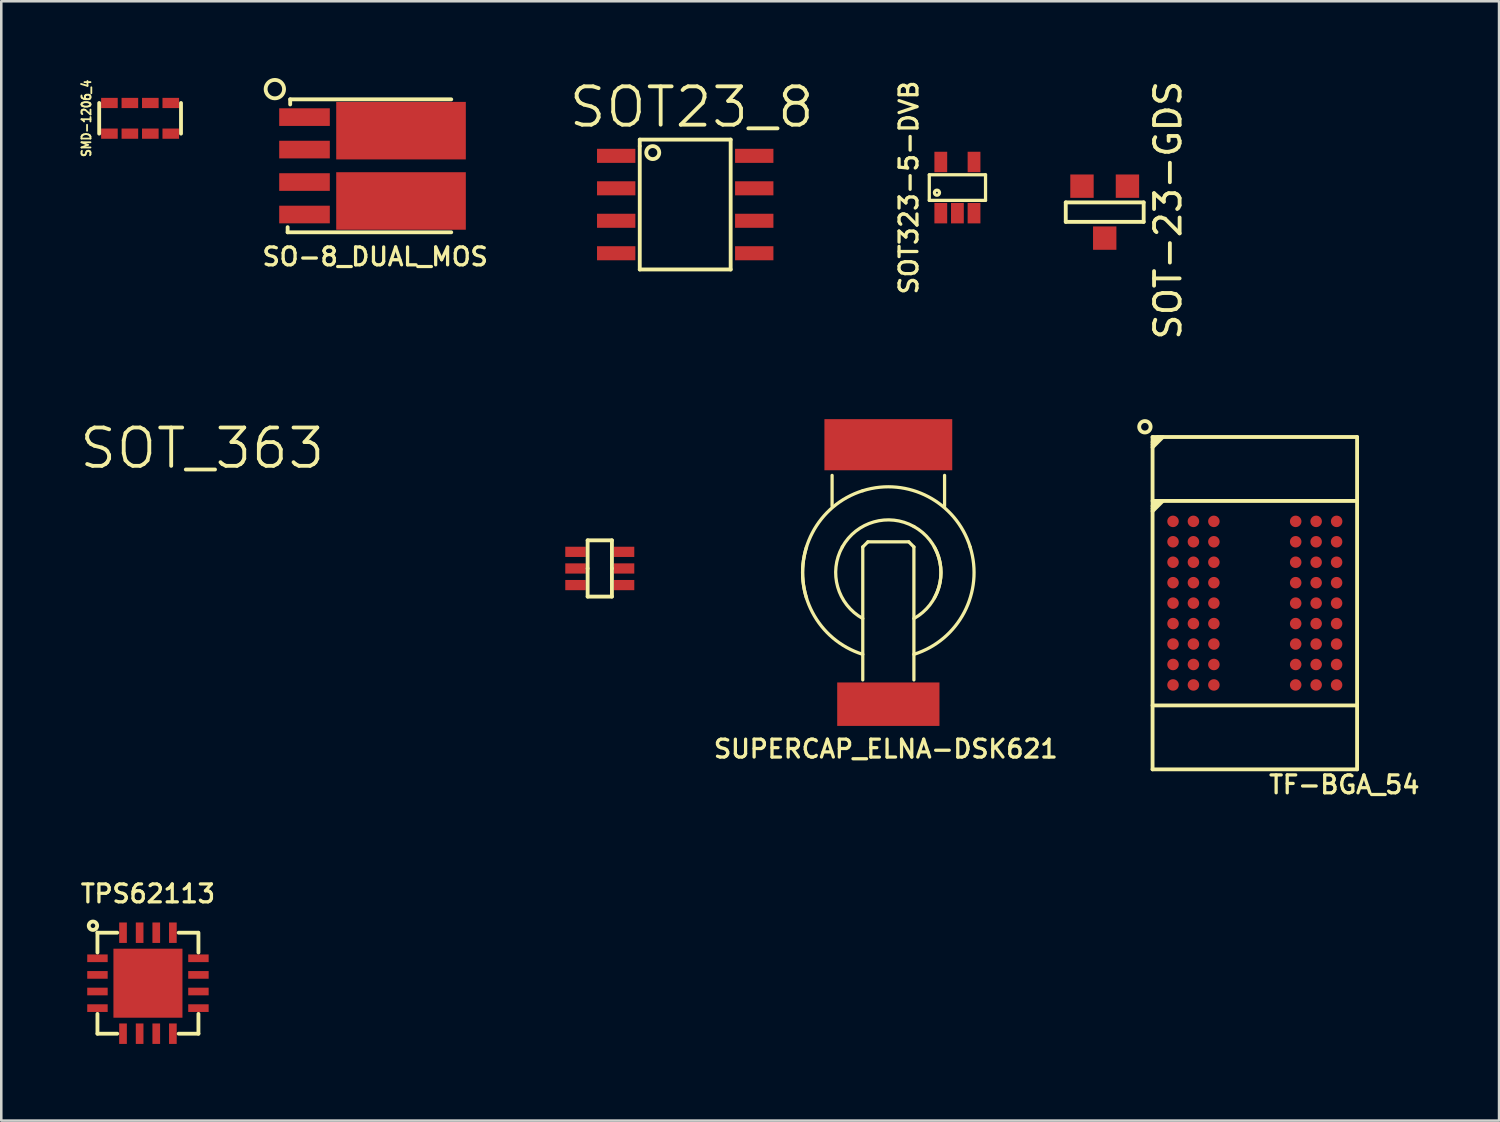
<source format=kicad_pcb>
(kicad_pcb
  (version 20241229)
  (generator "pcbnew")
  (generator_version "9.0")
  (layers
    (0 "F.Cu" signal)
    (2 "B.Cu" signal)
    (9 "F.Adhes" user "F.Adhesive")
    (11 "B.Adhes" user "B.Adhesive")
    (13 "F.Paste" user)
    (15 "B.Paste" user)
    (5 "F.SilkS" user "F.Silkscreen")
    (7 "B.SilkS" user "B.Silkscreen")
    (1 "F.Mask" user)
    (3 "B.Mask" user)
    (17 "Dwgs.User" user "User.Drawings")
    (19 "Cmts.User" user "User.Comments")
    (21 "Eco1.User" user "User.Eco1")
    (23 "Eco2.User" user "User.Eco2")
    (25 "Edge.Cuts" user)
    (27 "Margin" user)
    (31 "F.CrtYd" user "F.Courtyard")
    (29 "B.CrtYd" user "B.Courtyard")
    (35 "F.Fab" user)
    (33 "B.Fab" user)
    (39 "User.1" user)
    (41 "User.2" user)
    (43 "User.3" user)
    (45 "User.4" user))
  (footprint "SOT23_8"
    (layer "F.Cu")
    (at 23.753 4.951)
    (property "Reference" "SOT23_8" (at 0.254 -3.81 0) (layer "F.SilkS") (effects (font (size 1.5 1.5) (thickness 0.15))))
    (attr through_hole)
    (fp_line (start -1.778 -2.54) (end -1.778 -2.286) (stroke (width 0.15) (type solid)) (layer "F.SilkS"))
    (fp_line (start -1.778 -2.286) (end -1.778 2.54) (stroke (width 0.15) (type solid)) (layer "F.SilkS"))
    (fp_line (start -1.778 2.54) (end 1.778 2.54) (stroke (width 0.15) (type solid)) (layer "F.SilkS"))
    (fp_line (start 1.778 -2.54) (end -1.778 -2.54) (stroke (width 0.15) (type solid)) (layer "F.SilkS"))
    (fp_line (start 1.778 2.54) (end 1.778 -2.54) (stroke (width 0.15) (type solid)) (layer "F.SilkS"))
    (fp_circle (center -1.27 -2.032) (end -1.016 -2.032) (stroke (width 0.15) (type solid)) (fill no) (layer "F.SilkS"))
    (pad "1" smd rect (at -2.7 -1.905) (size 1.5 0.55) (layers "F.Cu" "F.Mask" "F.Paste"))
    (pad "2" smd rect (at -2.7 -0.635) (size 1.5 0.55) (layers "F.Cu" "F.Mask" "F.Paste"))
    (pad "3" smd rect (at -2.7 0.635) (size 1.5 0.55) (layers "F.Cu" "F.Mask" "F.Paste"))
    (pad "4" smd rect (at -2.7 1.905) (size 1.5 0.55) (layers "F.Cu" "F.Mask" "F.Paste"))
    (pad "5" smd rect (at 2.7 1.905) (size 1.5 0.55) (layers "F.Cu" "F.Mask" "F.Paste"))
    (pad "6" smd rect (at 2.7 0.635) (size 1.5 0.55) (layers "F.Cu" "F.Mask" "F.Paste"))
    (pad "7" smd rect (at 2.7 -0.635) (size 1.5 0.55) (layers "F.Cu" "F.Mask" "F.Paste"))
    (pad "8" smd rect (at 2.7 -1.905) (size 1.5 0.55) (layers "F.Cu" "F.Mask" "F.Paste")))
  (footprint "SOT323-5-DVB"
    (layer "F.Cu")
    (at 34.4 4.287)
    (property "Reference" "SOT323-5-DVB" (at -1.9 0 270) (layer "F.SilkS") (effects (font (size 0.7 0.7) (thickness 0.127))))
    (attr smd)
    (fp_line (start -1.1 -0.5) (end 1.1 -0.5) (stroke (width 0.127) (type solid)) (layer "F.SilkS"))
    (fp_line (start -1.1 0.5) (end -1.1 -0.5) (stroke (width 0.127) (type solid)) (layer "F.SilkS"))
    (fp_line (start 1.1 -0.5) (end 1.1 0.5) (stroke (width 0.127) (type solid)) (layer "F.SilkS"))
    (fp_line (start 1.1 0.5) (end -1.1 0.5) (stroke (width 0.127) (type solid)) (layer "F.SilkS"))
    (fp_circle (center -0.8 0.2) (end -0.8 0.3) (stroke (width 0.127) (type solid)) (fill no) (layer "F.SilkS"))
    (pad "1" smd rect (at -0.65 1.001) (size 0.5 0.8) (layers "F.Cu" "F.Mask" "F.Paste"))
    (pad "2" smd rect (at 0 1.001) (size 0.5 0.8) (layers "F.Cu" "F.Mask" "F.Paste"))
    (pad "3" smd rect (at 0.65 1.001) (size 0.5 0.8) (layers "F.Cu" "F.Mask" "F.Paste"))
    (pad "4" smd rect (at 0.65 -1.001) (size 0.5 0.8) (layers "F.Cu" "F.Mask" "F.Paste"))
    (pad "5" smd rect (at -0.65 -1.001) (size 0.5 0.8) (layers "F.Cu" "F.Mask" "F.Paste")))
  (footprint "TF-BGA_54"
    (layer "F.Cu")
    (at 46.034 20.544)
    (property "Reference" "TF-BGA_54" (at 3.5 7.1 0) (layer "F.SilkS") (effects (font (size 0.7 0.7) (thickness 0.127))))
    (attr smd)
    (fp_line (start -4 -6.5) (end 4 -6.5) (stroke (width 0.15) (type solid)) (layer "F.SilkS"))
    (fp_line (start -4 -6.2) (end -3.7 -6.5) (stroke (width 0.15) (type solid)) (layer "F.SilkS"))
    (fp_line (start -4 -4) (end 4 -4) (stroke (width 0.15) (type solid)) (layer "F.SilkS"))
    (fp_line (start -4 6.5) (end -4 -6.5) (stroke (width 0.15) (type solid)) (layer "F.SilkS"))
    (fp_line (start -3.8 -6.5) (end -4 -6.3) (stroke (width 0.15) (type solid)) (layer "F.SilkS"))
    (fp_line (start -3.8 -4) (end -4 -3.8) (stroke (width 0.15) (type solid)) (layer "F.SilkS"))
    (fp_line (start -3.7 -4) (end -4 -3.7) (stroke (width 0.15) (type solid)) (layer "F.SilkS"))
    (fp_line (start -3.6 -6.5) (end -4 -6.1) (stroke (width 0.15) (type solid)) (layer "F.SilkS"))
    (fp_line (start -3.6 -4) (end -4 -3.6) (stroke (width 0.15) (type solid)) (layer "F.SilkS"))
    (fp_line (start 4 -6.5) (end 4 6.5) (stroke (width 0.15) (type solid)) (layer "F.SilkS"))
    (fp_line (start 4 4) (end -4 4) (stroke (width 0.15) (type solid)) (layer "F.SilkS"))
    (fp_line (start 4 6.5) (end -4 6.5) (stroke (width 0.15) (type solid)) (layer "F.SilkS"))
    (fp_circle (center -4.3 -6.9) (end -4.2 -6.7) (stroke (width 0.15) (type solid)) (fill no) (layer "F.SilkS"))
    (pad "A1" smd circle (at -3.2 -3.2 180) (size 0.45 0.45) (layers "F.Cu" "F.Mask" "F.Paste"))
    (pad "A2" smd circle (at -2.402 -3.2 180) (size 0.45 0.45) (layers "F.Cu" "F.Mask" "F.Paste"))
    (pad "A3" smd circle (at -1.602 -3.2 180) (size 0.45 0.45) (layers "F.Cu" "F.Mask" "F.Paste"))
    (pad "A7" smd circle (at 1.598 -3.2 180) (size 0.45 0.45) (layers "F.Cu" "F.Mask" "F.Paste"))
    (pad "A8" smd circle (at 2.398 -3.2 180) (size 0.45 0.45) (layers "F.Cu" "F.Mask" "F.Paste"))
    (pad "A9" smd circle (at 3.2 -3.2 180) (size 0.45 0.45) (layers "F.Cu" "F.Mask" "F.Paste"))
    (pad "B1" smd circle (at -3.2 -2.402 90) (size 0.45 0.45) (layers "F.Cu" "F.Mask" "F.Paste"))
    (pad "B2" smd circle (at -2.402 -2.402 180) (size 0.45 0.45) (layers "F.Cu" "F.Mask" "F.Paste"))
    (pad "B3" smd circle (at -1.602 -2.402 180) (size 0.45 0.45) (layers "F.Cu" "F.Mask" "F.Paste"))
    (pad "B7" smd circle (at 1.598 -2.402 180) (size 0.45 0.45) (layers "F.Cu" "F.Mask" "F.Paste"))
    (pad "B8" smd circle (at 2.398 -2.402 180) (size 0.45 0.45) (layers "F.Cu" "F.Mask" "F.Paste"))
    (pad "B9" smd circle (at 3.198 -2.402 270) (size 0.45 0.45) (layers "F.Cu" "F.Mask" "F.Paste"))
    (pad "C1" smd circle (at -3.2 -1.602 90) (size 0.45 0.45) (layers "F.Cu" "F.Mask" "F.Paste"))
    (pad "C2" smd circle (at -2.402 -1.602 90) (size 0.45 0.45) (layers "F.Cu" "F.Mask" "F.Paste"))
    (pad "C3" smd circle (at -1.602 -1.602 180) (size 0.45 0.45) (layers "F.Cu" "F.Mask" "F.Paste"))
    (pad "C7" smd circle (at 1.598 -1.602 180) (size 0.45 0.45) (layers "F.Cu" "F.Mask" "F.Paste"))
    (pad "C8" smd circle (at 2.398 -1.602 270) (size 0.45 0.45) (layers "F.Cu" "F.Mask" "F.Paste"))
    (pad "C9" smd circle (at 3.198 -1.602 270) (size 0.45 0.45) (layers "F.Cu" "F.Mask" "F.Paste"))
    (pad "D1" smd circle (at -3.2 -0.802 90) (size 0.45 0.45) (layers "F.Cu" "F.Mask" "F.Paste"))
    (pad "D2" smd circle (at -2.402 -0.802 90) (size 0.45 0.45) (layers "F.Cu" "F.Mask" "F.Paste"))
    (pad "D3" smd circle (at -1.602 -0.802 90) (size 0.45 0.45) (layers "F.Cu" "F.Mask" "F.Paste"))
    (pad "D7" smd circle (at 1.598 -0.802 270) (size 0.45 0.45) (layers "F.Cu" "F.Mask" "F.Paste"))
    (pad "D8" smd circle (at 2.398 -0.802 270) (size 0.45 0.45) (layers "F.Cu" "F.Mask" "F.Paste"))
    (pad "D9" smd circle (at 3.198 -0.802 270) (size 0.45 0.45) (layers "F.Cu" "F.Mask" "F.Paste"))
    (pad "E1" smd circle (at -3.2 -0.002 90) (size 0.45 0.45) (layers "F.Cu" "F.Mask" "F.Paste"))
    (pad "E2" smd circle (at -2.402 -0.002 90) (size 0.45 0.45) (layers "F.Cu" "F.Mask" "F.Paste"))
    (pad "E3" smd circle (at -1.602 -0.002 90) (size 0.45 0.45) (layers "F.Cu" "F.Mask" "F.Paste"))
    (pad "E7" smd circle (at 1.598 -0.002 270) (size 0.45 0.45) (layers "F.Cu" "F.Mask" "F.Paste"))
    (pad "E8" smd circle (at 2.398 -0.002 270) (size 0.45 0.45) (layers "F.Cu" "F.Mask" "F.Paste"))
    (pad "E9" smd circle (at 3.198 -0.002 270) (size 0.45 0.45) (layers "F.Cu" "F.Mask" "F.Paste"))
    (pad "F1" smd circle (at -3.2 0.798 90) (size 0.45 0.45) (layers "F.Cu" "F.Mask" "F.Paste"))
    (pad "F2" smd circle (at -2.402 0.798 90) (size 0.45 0.45) (layers "F.Cu" "F.Mask" "F.Paste"))
    (pad "F3" smd circle (at -1.602 0.798 90) (size 0.45 0.45) (layers "F.Cu" "F.Mask" "F.Paste"))
    (pad "F7" smd circle (at 1.598 0.798 270) (size 0.45 0.45) (layers "F.Cu" "F.Mask" "F.Paste"))
    (pad "F8" smd circle (at 2.398 0.798 270) (size 0.45 0.45) (layers "F.Cu" "F.Mask" "F.Paste"))
    (pad "F9" smd circle (at 3.198 0.798 270) (size 0.45 0.45) (layers "F.Cu" "F.Mask" "F.Paste"))
    (pad "G1" smd circle (at -3.2 1.598 90) (size 0.45 0.45) (layers "F.Cu" "F.Mask" "F.Paste"))
    (pad "G2" smd circle (at -2.402 1.598 90) (size 0.45 0.45) (layers "F.Cu" "F.Mask" "F.Paste"))
    (pad "G3" smd circle (at -1.602 1.598 90) (size 0.45 0.45) (layers "F.Cu" "F.Mask" "F.Paste"))
    (pad "G7" smd circle (at 1.598 1.598 180) (size 0.45 0.45) (layers "F.Cu" "F.Mask" "F.Paste"))
    (pad "G8" smd circle (at 2.398 1.598 270) (size 0.45 0.45) (layers "F.Cu" "F.Mask" "F.Paste"))
    (pad "G9" smd circle (at 3.198 1.598 270) (size 0.45 0.45) (layers "F.Cu" "F.Mask" "F.Paste"))
    (pad "H1" smd circle (at -3.2 2.398 90) (size 0.45 0.45) (layers "F.Cu" "F.Mask" "F.Paste"))
    (pad "H2" smd circle (at -2.402 2.398 90) (size 0.45 0.45) (layers "F.Cu" "F.Mask" "F.Paste"))
    (pad "H3" smd circle (at -1.602 2.398) (size 0.45 0.45) (layers "F.Cu" "F.Mask" "F.Paste"))
    (pad "H7" smd circle (at 1.598 2.398) (size 0.45 0.45) (layers "F.Cu" "F.Mask" "F.Paste"))
    (pad "H8" smd circle (at 2.398 2.398 180) (size 0.45 0.45) (layers "F.Cu" "F.Mask" "F.Paste"))
    (pad "H9" smd circle (at 3.198 2.398 270) (size 0.45 0.45) (layers "F.Cu" "F.Mask" "F.Paste"))
    (pad "J1" smd circle (at -3.2 3.198 90) (size 0.45 0.45) (layers "F.Cu" "F.Mask" "F.Paste"))
    (pad "J2" smd circle (at -2.402 3.198) (size 0.45 0.45) (layers "F.Cu" "F.Mask" "F.Paste"))
    (pad "J3" smd circle (at -1.602 3.198) (size 0.45 0.45) (layers "F.Cu" "F.Mask" "F.Paste"))
    (pad "J7" smd circle (at 1.598 3.198) (size 0.45 0.45) (layers "F.Cu" "F.Mask" "F.Paste"))
    (pad "J8" smd circle (at 2.398 3.198) (size 0.45 0.45) (layers "F.Cu" "F.Mask" "F.Paste"))
    (pad "J9" smd circle (at 3.198 3.198 180) (size 0.45 0.45) (layers "F.Cu" "F.Mask" "F.Paste")))
  (footprint "SUPERCAP_ELNA-DSK621"
    (layer "F.Cu")
    (at 31.698 19.345)
    (property "Reference" "SUPERCAP_ELNA-DSK621" (at -0.1 6.9 0) (layer "F.SilkS") (effects (font (size 0.7 0.7) (thickness 0.127))))
    (attr smd)
    (fp_line (start -2.2 -3.8) (end -2.2 -2.6) (stroke (width 0.127) (type solid)) (layer "F.SilkS"))
    (fp_line (start -1 -1) (end -1 4.2) (stroke (width 0.127) (type solid)) (layer "F.SilkS"))
    (fp_line (start -0.8 -1.2) (end -1 -1) (stroke (width 0.127) (type solid)) (layer "F.SilkS"))
    (fp_line (start 0.8 -1.2) (end -0.8 -1.2) (stroke (width 0.127) (type solid)) (layer "F.SilkS"))
    (fp_line (start 1 -1) (end 0.8 -1.2) (stroke (width 0.127) (type solid)) (layer "F.SilkS"))
    (fp_line (start 1 4.2) (end 1 -1) (stroke (width 0.127) (type solid)) (layer "F.SilkS"))
    (fp_line (start 2.2 -3.8) (end 2.2 -2.6) (stroke (width 0.127) (type solid)) (layer "F.SilkS"))
    (fp_arc (start -3.2 1) (mid -2.969848 -1.555635) (end -1 -3.2) (stroke (width 0.127) (type solid)) (layer "F.SilkS"))
    (fp_arc (start -1.8 -1) (mid -0.565685 -1.979899) (end 1 -1.8) (stroke (width 0.127) (type solid)) (layer "F.SilkS"))
    (fp_arc (start -1 -3.2) (mid 1.555635 -2.969848) (end 3.2 -1) (stroke (width 0.127) (type solid)) (layer "F.SilkS"))
    (fp_arc (start -1 1.8) (mid -1.979899 0.565685) (end -1.8 -1) (stroke (width 0.127) (type solid)) (layer "F.SilkS"))
    (fp_arc (start -1 3.2) (mid -2.969848 1.555635) (end -3.2 -1) (stroke (width 0.127) (type solid)) (layer "F.SilkS"))
    (fp_arc (start 1 -1.8) (mid 1.979899 -0.565685) (end 1.8 1) (stroke (width 0.127) (type solid)) (layer "F.SilkS"))
    (fp_arc (start 1.8 -1) (mid 1.979899 0.565685) (end 1 1.8) (stroke (width 0.127) (type solid)) (layer "F.SilkS"))
    (fp_arc (start 3.2 -1) (mid 2.969848 1.555635) (end 1 3.2) (stroke (width 0.127) (type solid)) (layer "F.SilkS"))
    (pad "1" smd rect (at 0 -5) (size 5 2) (layers "F.Cu" "F.Mask" "F.Paste"))
    (pad "2" smd rect (at 0 5.15) (size 4 1.7) (layers "F.Cu" "F.Mask" "F.Paste")))
  (footprint "SOT_363"
    (layer "F.Cu")
    (at 20.411 19.186)
    (property "Reference" "SOT_363" (at -15.55 -4.7 0) (layer "F.SilkS") (effects (font (size 1.5 1.5) (thickness 0.15))))
    (attr through_hole)
    (fp_line (start -0.475 -1.1) (end 0.475 -1.1) (stroke (width 0.15) (type solid)) (layer "F.SilkS"))
    (fp_line (start -0.475 0) (end -0.475 -1.1) (stroke (width 0.15) (type solid)) (layer "F.SilkS"))
    (fp_line (start -0.475 0) (end -0.475 1.1) (stroke (width 0.15) (type solid)) (layer "F.SilkS"))
    (fp_line (start -0.475 1.1) (end 0.475 1.1) (stroke (width 0.15) (type solid)) (layer "F.SilkS"))
    (fp_line (start 0.475 0) (end 0.475 -1.1) (stroke (width 0.15) (type solid)) (layer "F.SilkS"))
    (fp_line (start 0.475 0) (end 0.475 1.1) (stroke (width 0.15) (type solid)) (layer "F.SilkS"))
    (pad "1" smd rect (at -0.95 -0.65) (size 0.8 0.4) (layers "F.Cu" "F.Mask" "F.Paste"))
    (pad "2" smd rect (at -0.95 0) (size 0.8 0.4) (layers "F.Cu" "F.Mask" "F.Paste"))
    (pad "3" smd rect (at -0.95 0.65) (size 0.8 0.4) (layers "F.Cu" "F.Mask" "F.Paste"))
    (pad "4" smd rect (at 0.95 0.65) (size 0.8 0.4) (layers "F.Cu" "F.Mask" "F.Paste"))
    (pad "5" smd rect (at 0.95 0) (size 0.8 0.4) (layers "F.Cu" "F.Mask" "F.Paste"))
    (pad "6" smd rect (at 0.95 -0.65) (size 0.8 0.4) (layers "F.Cu" "F.Mask" "F.Paste")))
  (footprint "SO-8_DUAL_MOS"
    (layer "F.Cu")
    (at 11.521 3.436)
    (property "Reference" "SO-8_DUAL_MOS" (at 0.104 3.556 0) (layer "F.SilkS") (effects (font (size 0.7 0.7) (thickness 0.127))))
    (attr through_hole)
    (fp_line (start -3.32 2.6) (end -3.32 2.4) (stroke (width 0.15) (type solid)) (layer "F.SilkS"))
    (fp_line (start -3.22 -2.6) (end 3.08 -2.6) (stroke (width 0.15) (type solid)) (layer "F.SilkS"))
    (fp_line (start -3.22 -2.4) (end -3.22 -2.6) (stroke (width 0.15) (type solid)) (layer "F.SilkS"))
    (fp_line (start 3.08 2.6) (end -3.32 2.6) (stroke (width 0.15) (type solid)) (layer "F.SilkS"))
    (fp_circle (center -3.82 -3) (end -4.02 -3.3) (stroke (width 0.15) (type solid)) (fill no) (layer "F.SilkS"))
    (pad "1" smd rect (at -2.66 -1.905) (size 1.98 0.69) (layers "F.Cu" "F.Mask" "F.Paste"))
    (pad "2" smd rect (at -2.66 -0.635) (size 1.98 0.69) (layers "F.Cu" "F.Mask" "F.Paste"))
    (pad "3" smd rect (at -2.66 0.635) (size 1.98 0.69) (layers "F.Cu" "F.Mask" "F.Paste"))
    (pad "4" smd rect (at -2.66 1.905) (size 1.98 0.69) (layers "F.Cu" "F.Mask" "F.Paste"))
    (pad "5" smd rect (at 2.58 1.905) (size 1.98 0.69) (layers "F.Cu" "F.Mask" "F.Paste"))
    (pad "6" smd rect (at 1.115 1.375) (size 5.07 2.25) (layers "F.Cu" "F.Mask" "F.Paste"))
    (pad "6" smd rect (at 2.58 0.634) (size 1.98 0.69) (layers "F.Cu" "F.Mask" "F.Paste"))
    (pad "7" smd rect (at 2.58 -0.635) (size 1.98 0.69) (layers "F.Cu" "F.Mask" "F.Paste"))
    (pad "8" smd rect (at 1.115 -1.375) (size 5.07 2.25) (layers "F.Cu" "F.Mask" "F.Paste"))
    (pad "8" smd rect (at 2.58 -1.905) (size 1.98 0.69) (layers "F.Cu" "F.Mask" "F.Paste")))
  (footprint "SMD-1206_4"
    (layer "F.Cu")
    (at 2.43 1.578)
    (property "Reference" "SMD-1206_4" (at -2.1 0 90) (layer "F.SilkS") (effects (font (size 0.351 0.305) (thickness 0.071))))
    (attr smd)
    (fp_line (start -1.6 -0.6) (end -1.6 0.6) (stroke (width 0.15) (type solid)) (layer "F.SilkS"))
    (fp_line (start 1.6 -0.6) (end 1.6 0.6) (stroke (width 0.15) (type solid)) (layer "F.SilkS"))
    (pad "1" smd rect (at -1.2 0.6) (size 0.65 0.4) (layers "F.Cu" "F.Mask" "F.Paste"))
    (pad "2" smd rect (at -0.4 0.6) (size 0.65 0.4) (layers "F.Cu" "F.Mask" "F.Paste"))
    (pad "3" smd rect (at 0.4 0.6) (size 0.65 0.4) (layers "F.Cu" "F.Mask" "F.Paste"))
    (pad "4" smd rect (at 1.2 0.6) (size 0.65 0.4) (layers "F.Cu" "F.Mask" "F.Paste"))
    (pad "5" smd rect (at 1.2 -0.6) (size 0.65 0.4) (layers "F.Cu" "F.Mask" "F.Paste"))
    (pad "6" smd rect (at 0.4 -0.6) (size 0.65 0.4) (layers "F.Cu" "F.Mask" "F.Paste"))
    (pad "7" smd rect (at -0.4 -0.6) (size 0.65 0.4) (layers "F.Cu" "F.Mask" "F.Paste"))
    (pad "8" smd rect (at -1.2 -0.6) (size 0.65 0.4) (layers "F.Cu" "F.Mask" "F.Paste")))
  (footprint "TPS62113"
    (layer "F.Cu")
    (at 2.737 35.409)
    (property "Reference" "TPS62113" (at 0 -3.5 0) (layer "F.SilkS") (effects (font (size 0.7 0.7) (thickness 0.127))))
    (attr through_hole)
    (fp_line (start -1.975 -1.201) (end -1.975 -1.976) (stroke (width 0.15) (type solid)) (layer "F.SilkS"))
    (fp_line (start -1.975 1.201) (end -1.975 1.975) (stroke (width 0.15) (type solid)) (layer "F.SilkS"))
    (fp_line (start -1.974 -1.976) (end -1.201 -1.976) (stroke (width 0.15) (type solid)) (layer "F.SilkS"))
    (fp_line (start -1.201 1.975) (end -1.975 1.975) (stroke (width 0.15) (type solid)) (layer "F.SilkS"))
    (fp_line (start 1.201 -1.975) (end 1.961 -1.975) (stroke (width 0.15) (type solid)) (layer "F.SilkS"))
    (fp_line (start 1.201 1.975) (end 1.975 1.975) (stroke (width 0.15) (type solid)) (layer "F.SilkS"))
    (fp_line (start 1.975 -1.201) (end 1.975 -1.974) (stroke (width 0.15) (type solid)) (layer "F.SilkS"))
    (fp_line (start 1.975 1.201) (end 1.975 1.975) (stroke (width 0.15) (type solid)) (layer "F.SilkS"))
    (fp_circle (center -2.151 -2.248) (end -2.311 -2.286) (stroke (width 0.15) (type solid)) (fill no) (layer "F.SilkS"))
    (pad "1" smd rect (at -0.975 -1.975) (size 0.3 0.8) (layers "F.Cu" "F.Mask" "F.Paste"))
    (pad "2" smd rect (at -0.325 -1.975) (size 0.3 0.8) (layers "F.Cu" "F.Mask" "F.Paste"))
    (pad "3" smd rect (at 0.325 -1.975) (size 0.3 0.8) (layers "F.Cu" "F.Mask" "F.Paste"))
    (pad "4" smd rect (at 0.975 -1.975) (size 0.3 0.8) (layers "F.Cu" "F.Mask" "F.Paste"))
    (pad "5" smd rect (at 1.975 -0.975) (size 0.8 0.3) (layers "F.Cu" "F.Mask" "F.Paste"))
    (pad "6" smd rect (at 1.975 -0.325) (size 0.8 0.3) (layers "F.Cu" "F.Mask" "F.Paste"))
    (pad "7" smd rect (at 1.975 0.325) (size 0.8 0.3) (layers "F.Cu" "F.Mask" "F.Paste"))
    (pad "8" smd rect (at 1.975 0.975) (size 0.8 0.3) (layers "F.Cu" "F.Mask" "F.Paste"))
    (pad "9" smd rect (at 0.975 1.975) (size 0.3 0.8) (layers "F.Cu" "F.Mask" "F.Paste"))
    (pad "10" smd rect (at 0.325 1.975) (size 0.3 0.8) (layers "F.Cu" "F.Mask" "F.Paste"))
    (pad "11" smd rect (at -0.325 1.975) (size 0.3 0.8) (layers "F.Cu" "F.Mask" "F.Paste"))
    (pad "12" smd rect (at -0.975 1.975) (size 0.3 0.8) (layers "F.Cu" "F.Mask" "F.Paste"))
    (pad "13" smd rect (at -1.975 0.975) (size 0.8 0.3) (layers "F.Cu" "F.Mask" "F.Paste"))
    (pad "14" smd rect (at -1.975 0.325) (size 0.8 0.3) (layers "F.Cu" "F.Mask" "F.Paste"))
    (pad "15" smd rect (at -1.975 -0.325) (size 0.8 0.3) (layers "F.Cu" "F.Mask" "F.Paste"))
    (pad "16" smd rect (at -1.975 -0.975) (size 0.8 0.3) (layers "F.Cu" "F.Mask" "F.Paste"))
    (pad "17" smd rect (at 0 0) (size 2.7 2.7) (layers "F.Cu" "F.Mask" "F.Paste")))
  (footprint "SOT-23-GDS"
    (layer "F.Cu")
    (at 40.162 5.248)
    (property "Reference" "SOT-23-GDS" (at 2.475 -0.075 90) (layer "F.SilkS") (effects (font (size 1 1) (thickness 0.15))))
    (attr smd)
    (fp_line (start -1.524 -0.381) (end 1.524 -0.381) (stroke (width 0.15) (type solid)) (layer "F.SilkS"))
    (fp_line (start -1.524 0.381) (end -1.524 -0.381) (stroke (width 0.15) (type solid)) (layer "F.SilkS"))
    (fp_line (start 1.524 -0.381) (end 1.524 0.381) (stroke (width 0.15) (type solid)) (layer "F.SilkS"))
    (fp_line (start 1.524 0.381) (end -1.524 0.381) (stroke (width 0.15) (type solid)) (layer "F.SilkS"))
    (pad "1" smd rect (at 0.889 -1.016) (size 0.914 0.914) (layers "F.Cu" "F.Mask" "F.Paste"))
    (pad "2" smd rect (at -0.889 -1.016) (size 0.914 0.914) (layers "F.Cu" "F.Mask" "F.Paste"))
    (pad "3" smd rect (at 0 1.016) (size 0.914 0.914) (layers "F.Cu" "F.Mask" "F.Paste")))
  (gr_rect
    (start -3 -3)
    (end 55.587 40.784)
    (stroke (width 0.1) (type default))
    (fill no)
    (layer "Edge.Cuts")))
</source>
